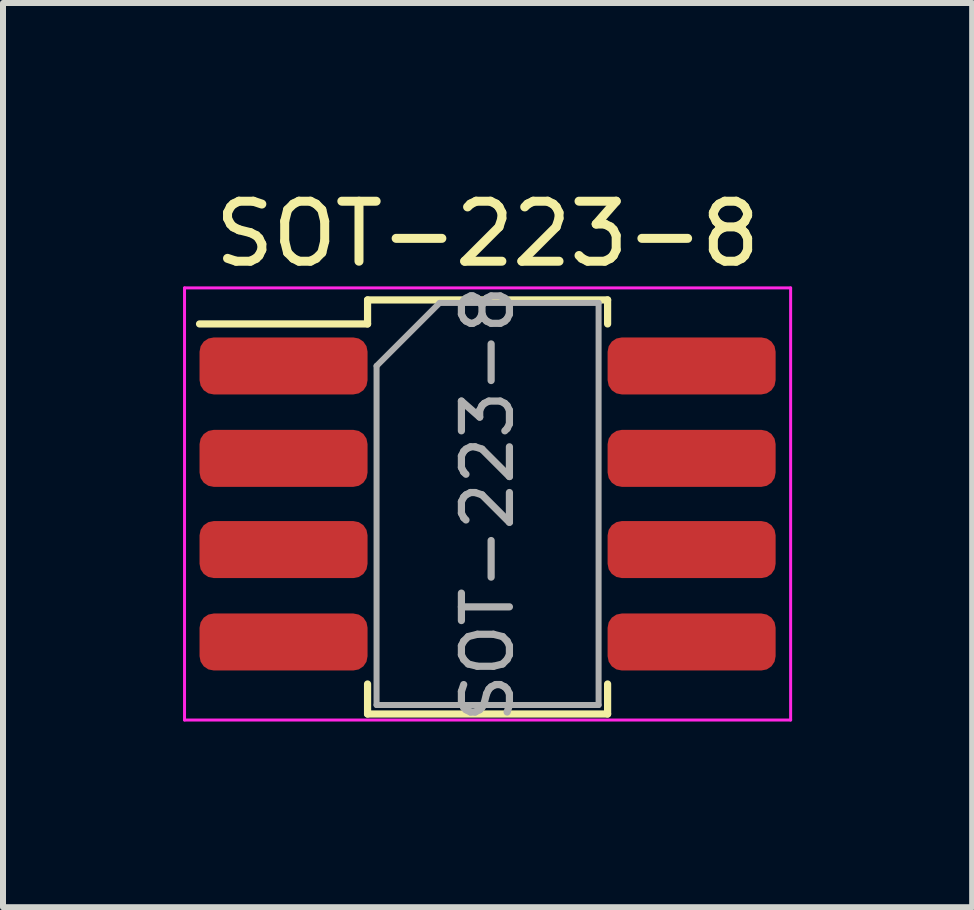
<source format=kicad_pcb>
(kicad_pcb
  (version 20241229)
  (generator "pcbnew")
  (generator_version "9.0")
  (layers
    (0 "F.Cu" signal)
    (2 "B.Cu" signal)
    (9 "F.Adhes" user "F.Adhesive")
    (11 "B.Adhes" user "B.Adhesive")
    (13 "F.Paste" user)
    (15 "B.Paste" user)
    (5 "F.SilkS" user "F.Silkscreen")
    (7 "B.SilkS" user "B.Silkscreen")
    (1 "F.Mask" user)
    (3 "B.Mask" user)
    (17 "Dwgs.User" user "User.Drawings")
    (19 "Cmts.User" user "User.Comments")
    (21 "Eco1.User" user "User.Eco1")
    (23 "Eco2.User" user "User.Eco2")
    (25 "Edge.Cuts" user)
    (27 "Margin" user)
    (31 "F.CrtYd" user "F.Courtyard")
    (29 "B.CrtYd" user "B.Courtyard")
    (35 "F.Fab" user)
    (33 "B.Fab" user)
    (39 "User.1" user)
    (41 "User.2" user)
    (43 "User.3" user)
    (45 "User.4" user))
  (footprint "SOT-223-8"
    (layer "F.Cu")
    (at 5.075 5.348)
    (property "Reference" "SOT-223-8" (at 0 -4.5 0) (layer "F.SilkS") (effects (font (size 1 1) (thickness 0.15))))
    (attr smd)
    (fp_line (start -4.8 -3) (end -2 -3) (stroke (width 0.12) (type solid)) (layer "F.SilkS"))
    (fp_line (start -2 -3.4) (end 2 -3.4) (stroke (width 0.12) (type solid)) (layer "F.SilkS"))
    (fp_line (start -2 -3) (end -2 -3.4) (stroke (width 0.12) (type solid)) (layer "F.SilkS"))
    (fp_line (start -2 3.5) (end -2 3) (stroke (width 0.12) (type solid)) (layer "F.SilkS"))
    (fp_line (start 2 -3.4) (end 2 -3) (stroke (width 0.12) (type solid)) (layer "F.SilkS"))
    (fp_line (start 2 3) (end 2 3.5) (stroke (width 0.12) (type solid)) (layer "F.SilkS"))
    (fp_line (start 2 3.5) (end -2 3.5) (stroke (width 0.12) (type solid)) (layer "F.SilkS"))
    (fp_line (start -5.05 -3.6) (end -5.05 3.6) (stroke (width 0.05) (type solid)) (layer "F.CrtYd"))
    (fp_line (start -5.05 -3.6) (end 5.05 -3.6) (stroke (width 0.05) (type solid)) (layer "F.CrtYd"))
    (fp_line (start 5.05 3.6) (end -5.05 3.6) (stroke (width 0.05) (type solid)) (layer "F.CrtYd"))
    (fp_line (start 5.05 3.6) (end 5.05 -3.6) (stroke (width 0.05) (type solid)) (layer "F.CrtYd"))
    (fp_line (start -1.85 -2.3) (end -1.85 3.35) (stroke (width 0.1) (type solid)) (layer "F.Fab"))
    (fp_line (start -1.85 -2.3) (end -0.8 -3.35) (stroke (width 0.1) (type solid)) (layer "F.Fab"))
    (fp_line (start -1.85 3.35) (end 1.85 3.35) (stroke (width 0.1) (type solid)) (layer "F.Fab"))
    (fp_line (start -0.8 -3.35) (end 1.85 -3.35) (stroke (width 0.1) (type solid)) (layer "F.Fab"))
    (fp_line (start 1.85 -3.35) (end 1.85 3.35) (stroke (width 0.1) (type solid)) (layer "F.Fab"))
    (fp_text user "${REFERENCE}" (at 0 0 90) (layer "F.Fab") (effects (font (size 0.8 0.8) (thickness 0.12))))
    (pad "1" smd roundrect (at -3.4 -2.3) (size 2.8 0.95) (layers "F.Cu" "F.Mask" "F.Paste") (roundrect_rratio 0.25))
    (pad "2" smd roundrect (at -3.4 -0.76) (size 2.8 0.95) (layers "F.Cu" "F.Mask" "F.Paste") (roundrect_rratio 0.25))
    (pad "3" smd roundrect (at -3.4 0.76) (size 2.8 0.95) (layers "F.Cu" "F.Mask" "F.Paste") (roundrect_rratio 0.25))
    (pad "4" smd roundrect (at -3.4 2.3) (size 2.8 0.95) (layers "F.Cu" "F.Mask" "F.Paste") (roundrect_rratio 0.25))
    (pad "5" smd roundrect (at 3.4 2.3) (size 2.8 0.95) (layers "F.Cu" "F.Mask" "F.Paste") (roundrect_rratio 0.25))
    (pad "6" smd roundrect (at 3.4 0.76) (size 2.8 0.95) (layers "F.Cu" "F.Mask" "F.Paste") (roundrect_rratio 0.25))
    (pad "7" smd roundrect (at 3.4 -0.76) (size 2.8 0.95) (layers "F.Cu" "F.Mask" "F.Paste") (roundrect_rratio 0.25))
    (pad "8" smd roundrect (at 3.4 -2.3) (size 2.8 0.95) (layers "F.Cu" "F.Mask" "F.Paste") (roundrect_rratio 0.25)))
  (gr_rect
    (start -3 -3)
    (end 13.15 12.067)
    (stroke (width 0.1) (type default))
    (fill no)
    (layer "Edge.Cuts")))
</source>
